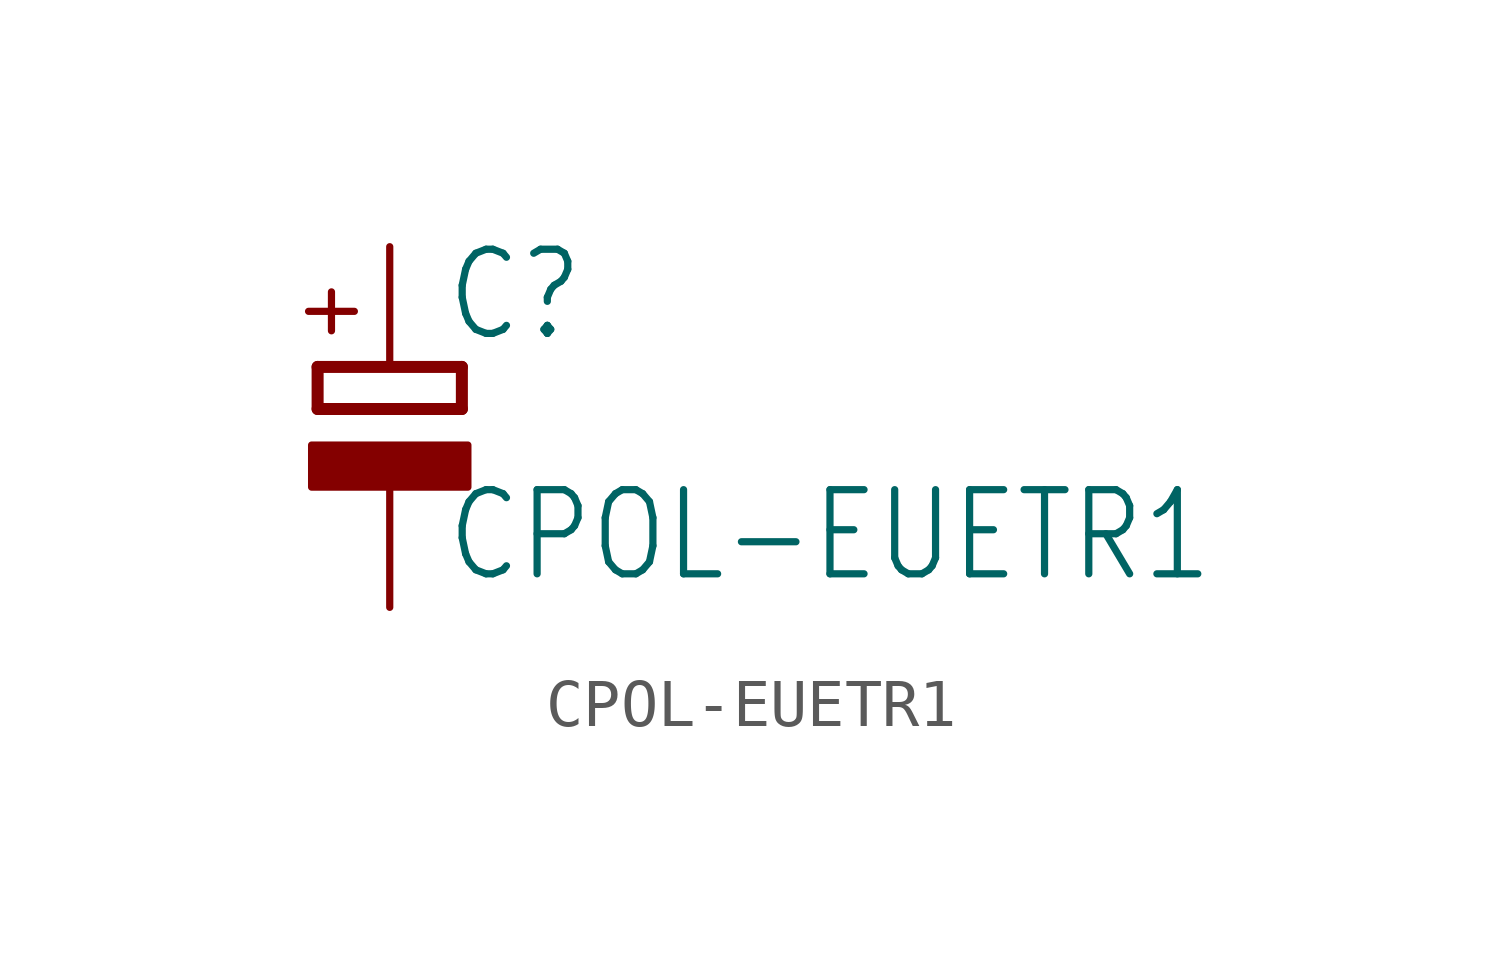
<source format=kicad_sym>
(kicad_symbol_lib
  (version 20211014)
  (generator kicad_symbol_editor)
  (symbol "CPOL-EUETR1"
    (property "Reference" "C"
      (at 1.143 0.483 0)
      (effects (font (size 1.778 1.511)) (justify left bottom)))
    (property "Value" "CPOL-EUETR1"
      (at 1.143 -4.597 0)
      (effects (font (size 1.778 1.511)) (justify left bottom)))
    (property "ki_locked" ""
      (at 0 0 0)
      (effects (font (size 1.27 1.27))))
    (symbol "CPOL-EUETR1_1_0"
      (rectangle (start -1.651 -2.54) (end 1.651 -1.651) (stroke (width 0) (type default) (color 0 0 0 0)) (fill (type outline)))
      (polyline (pts (xy -1.524 -0.889) (xy 1.524 -0.889)) (stroke (width 0.254) (type default) (color 0 0 0 0)) (fill (type none)))
      (polyline (pts (xy -1.524 0) (xy -1.524 -0.889)) (stroke (width 0.254) (type default) (color 0 0 0 0)) (fill (type none)))
      (polyline (pts (xy -1.524 0) (xy 1.524 0)) (stroke (width 0.254) (type default) (color 0 0 0 0)) (fill (type none)))
      (polyline (pts (xy 1.524 -0.889) (xy 1.524 0)) (stroke (width 0.254) (type default) (color 0 0 0 0)) (fill (type none)))
      (text "+" (at -0.584 0.406 900) (effects (font (size 1.27 1.079)) (justify left bottom)))
      (pin passive line (at 0 2.54 270) (length 2.54) (name "+" (effects (font (size 0 0)))) (number "+" (effects (font (size 0 0)))))
      (pin passive line (at 0 -5.08 90) (length 2.54) (name "-" (effects (font (size 0 0)))) (number "-" (effects (font (size 0 0))))))))
</source>
